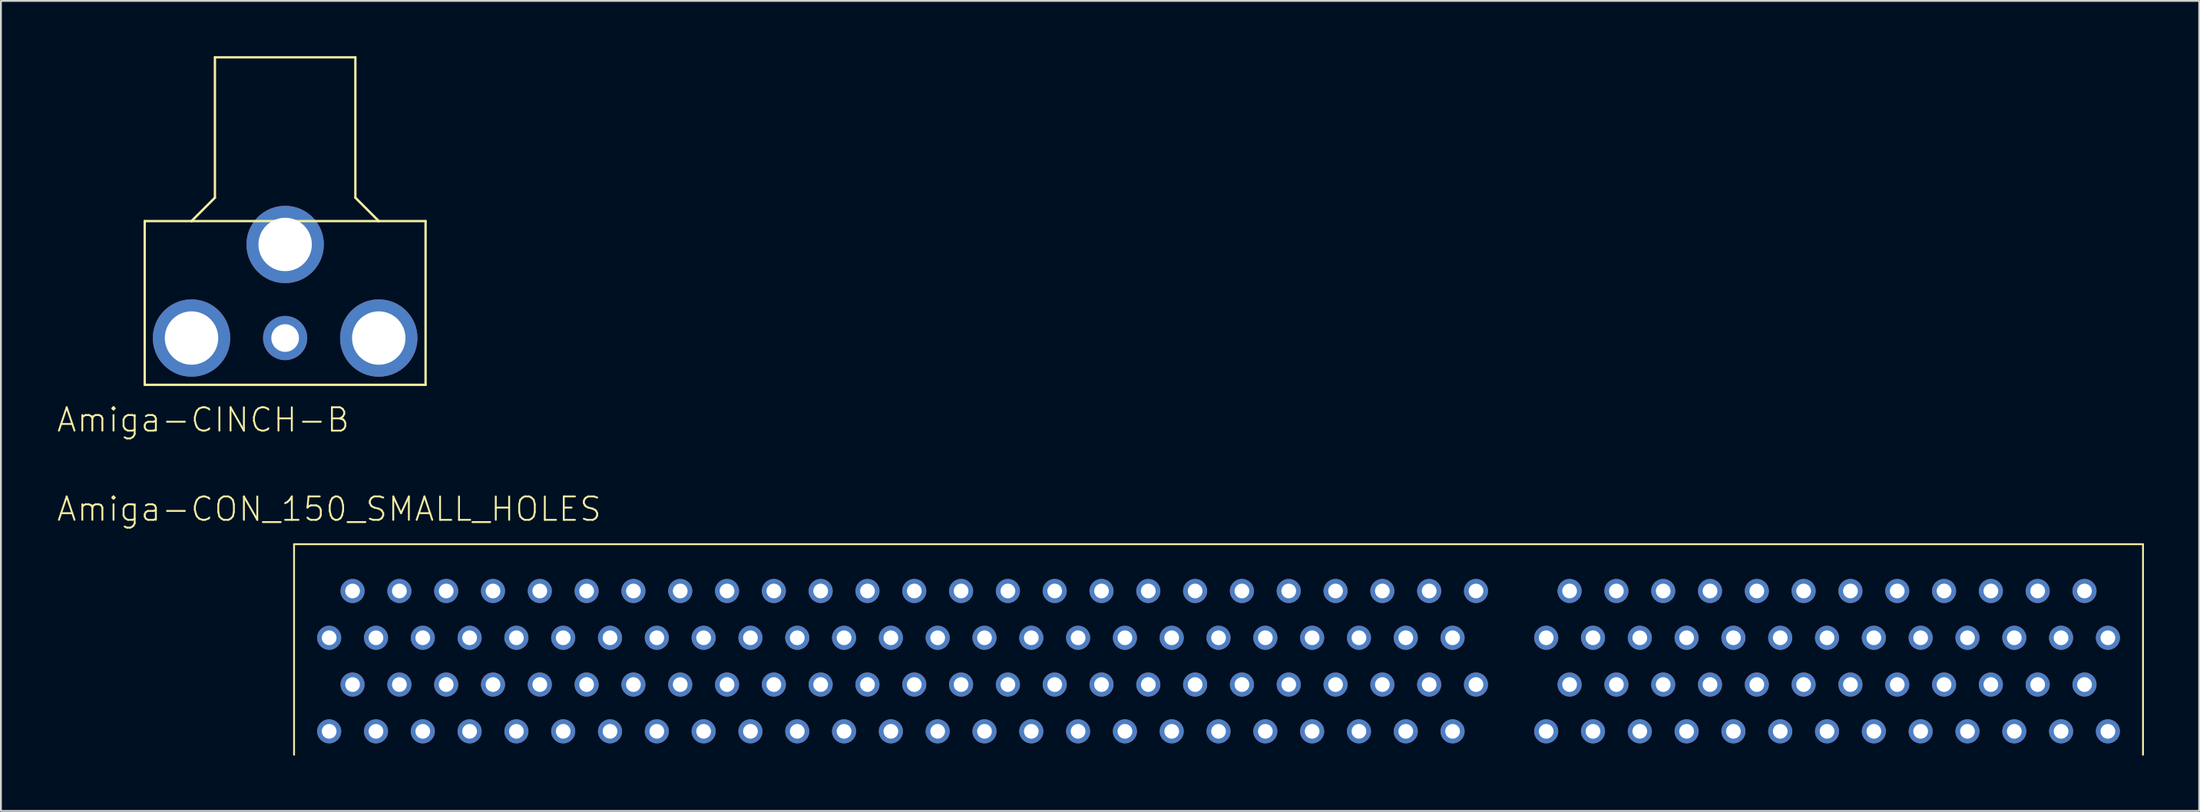
<source format=kicad_pcb>
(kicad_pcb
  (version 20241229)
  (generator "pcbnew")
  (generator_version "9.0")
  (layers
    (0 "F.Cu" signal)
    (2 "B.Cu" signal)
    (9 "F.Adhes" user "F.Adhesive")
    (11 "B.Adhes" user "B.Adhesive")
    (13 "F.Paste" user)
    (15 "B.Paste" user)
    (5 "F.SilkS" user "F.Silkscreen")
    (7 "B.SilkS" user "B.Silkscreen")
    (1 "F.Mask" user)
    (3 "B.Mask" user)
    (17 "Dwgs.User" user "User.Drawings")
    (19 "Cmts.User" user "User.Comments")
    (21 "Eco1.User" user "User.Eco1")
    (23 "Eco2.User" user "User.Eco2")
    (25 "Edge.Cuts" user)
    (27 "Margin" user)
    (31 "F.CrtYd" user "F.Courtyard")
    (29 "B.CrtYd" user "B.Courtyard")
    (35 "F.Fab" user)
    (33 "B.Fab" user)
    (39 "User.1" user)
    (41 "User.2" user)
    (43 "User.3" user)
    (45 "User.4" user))
  (footprint "Amiga-CON_150_SMALL_HOLES"
    (layer "F.Cu")
    (at 78.947 32.846)
    (property "Reference" "Amiga-CON_150_SMALL_HOLES" (at -64.135 -8.255 0) (layer "F.SilkS") (effects (font (size 1.27 1.27) (thickness 0.102))))
    (attr exclude_from_pos_files exclude_from_bom)
    (fp_line (start -66.04 -6.35) (end -66.04 5.08) (stroke (width 0.1) (type solid)) (layer "F.SilkS"))
    (fp_line (start -66.04 -6.35) (end 34.29 -6.35) (stroke (width 0.1) (type solid)) (layer "F.SilkS"))
    (fp_line (start 34.29 -6.35) (end 34.29 5.08) (stroke (width 0.1) (type solid)) (layer "F.SilkS"))
    (pad "P$1" thru_hole circle (at 32.385 3.81) (size 1.306 1.306) (drill 0.798) (layers "*.Cu" "*.Paste" "*.Mask"))
    (pad "P$2" thru_hole circle (at 32.385 -1.27) (size 1.306 1.306) (drill 0.798) (layers "*.Cu" "*.Paste" "*.Mask"))
    (pad "P$3" thru_hole circle (at 31.115 1.27) (size 1.306 1.306) (drill 0.798) (layers "*.Cu" "*.Paste" "*.Mask"))
    (pad "P$4" thru_hole circle (at 31.115 -3.81) (size 1.306 1.306) (drill 0.798) (layers "*.Cu" "*.Paste" "*.Mask"))
    (pad "P$5" thru_hole circle (at 29.845 3.81) (size 1.306 1.306) (drill 0.798) (layers "*.Cu" "*.Paste" "*.Mask"))
    (pad "P$6" thru_hole circle (at 29.845 -1.27) (size 1.306 1.306) (drill 0.798) (layers "*.Cu" "*.Paste" "*.Mask"))
    (pad "P$7" thru_hole circle (at 28.575 1.27) (size 1.306 1.306) (drill 0.798) (layers "*.Cu" "*.Paste" "*.Mask"))
    (pad "P$8" thru_hole circle (at 28.575 -3.81) (size 1.306 1.306) (drill 0.798) (layers "*.Cu" "*.Paste" "*.Mask"))
    (pad "P$9" thru_hole circle (at 27.305 3.81) (size 1.306 1.306) (drill 0.798) (layers "*.Cu" "*.Paste" "*.Mask"))
    (pad "P$10" thru_hole circle (at 27.305 -1.27) (size 1.306 1.306) (drill 0.798) (layers "*.Cu" "*.Paste" "*.Mask"))
    (pad "P$11" thru_hole circle (at 26.035 1.27) (size 1.306 1.306) (drill 0.798) (layers "*.Cu" "*.Paste" "*.Mask"))
    (pad "P$12" thru_hole circle (at 26.035 -3.81) (size 1.306 1.306) (drill 0.798) (layers "*.Cu" "*.Paste" "*.Mask"))
    (pad "P$13" thru_hole circle (at 24.765 3.81) (size 1.306 1.306) (drill 0.798) (layers "*.Cu" "*.Paste" "*.Mask"))
    (pad "P$14" thru_hole circle (at 24.765 -1.27) (size 1.306 1.306) (drill 0.798) (layers "*.Cu" "*.Paste" "*.Mask"))
    (pad "P$15" thru_hole circle (at 23.495 1.27) (size 1.306 1.306) (drill 0.798) (layers "*.Cu" "*.Paste" "*.Mask"))
    (pad "P$16" thru_hole circle (at 23.495 -3.81) (size 1.306 1.306) (drill 0.798) (layers "*.Cu" "*.Paste" "*.Mask"))
    (pad "P$17" thru_hole circle (at 22.225 3.81) (size 1.306 1.306) (drill 0.798) (layers "*.Cu" "*.Paste" "*.Mask"))
    (pad "P$18" thru_hole circle (at 22.225 -1.27) (size 1.306 1.306) (drill 0.798) (layers "*.Cu" "*.Paste" "*.Mask"))
    (pad "P$19" thru_hole circle (at 20.955 1.27) (size 1.306 1.306) (drill 0.798) (layers "*.Cu" "*.Paste" "*.Mask"))
    (pad "P$20" thru_hole circle (at 20.955 -3.81) (size 1.306 1.306) (drill 0.798) (layers "*.Cu" "*.Paste" "*.Mask"))
    (pad "P$21" thru_hole circle (at 19.685 3.81) (size 1.306 1.306) (drill 0.798) (layers "*.Cu" "*.Paste" "*.Mask"))
    (pad "P$22" thru_hole circle (at 19.685 -1.27) (size 1.306 1.306) (drill 0.798) (layers "*.Cu" "*.Paste" "*.Mask"))
    (pad "P$23" thru_hole circle (at 18.415 1.27) (size 1.306 1.306) (drill 0.798) (layers "*.Cu" "*.Paste" "*.Mask"))
    (pad "P$24" thru_hole circle (at 18.415 -3.81) (size 1.306 1.306) (drill 0.798) (layers "*.Cu" "*.Paste" "*.Mask"))
    (pad "P$25" thru_hole circle (at 17.145 3.81) (size 1.306 1.306) (drill 0.798) (layers "*.Cu" "*.Paste" "*.Mask"))
    (pad "P$26" thru_hole circle (at 17.145 -1.27) (size 1.306 1.306) (drill 0.798) (layers "*.Cu" "*.Paste" "*.Mask"))
    (pad "P$27" thru_hole circle (at 15.875 1.27) (size 1.306 1.306) (drill 0.798) (layers "*.Cu" "*.Paste" "*.Mask"))
    (pad "P$28" thru_hole circle (at 15.875 -3.81) (size 1.306 1.306) (drill 0.798) (layers "*.Cu" "*.Paste" "*.Mask"))
    (pad "P$29" thru_hole circle (at 14.605 3.81) (size 1.306 1.306) (drill 0.798) (layers "*.Cu" "*.Paste" "*.Mask"))
    (pad "P$30" thru_hole circle (at 14.605 -1.27) (size 1.306 1.306) (drill 0.798) (layers "*.Cu" "*.Paste" "*.Mask"))
    (pad "P$31" thru_hole circle (at 13.335 1.27) (size 1.306 1.306) (drill 0.798) (layers "*.Cu" "*.Paste" "*.Mask"))
    (pad "P$32" thru_hole circle (at 13.335 -3.81) (size 1.306 1.306) (drill 0.798) (layers "*.Cu" "*.Paste" "*.Mask"))
    (pad "P$33" thru_hole circle (at 12.065 3.81) (size 1.306 1.306) (drill 0.798) (layers "*.Cu" "*.Paste" "*.Mask"))
    (pad "P$34" thru_hole circle (at 12.065 -1.27) (size 1.306 1.306) (drill 0.798) (layers "*.Cu" "*.Paste" "*.Mask"))
    (pad "P$35" thru_hole circle (at 10.795 1.27) (size 1.306 1.306) (drill 0.798) (layers "*.Cu" "*.Paste" "*.Mask"))
    (pad "P$36" thru_hole circle (at 10.795 -3.81) (size 1.306 1.306) (drill 0.798) (layers "*.Cu" "*.Paste" "*.Mask"))
    (pad "P$37" thru_hole circle (at 9.525 3.81) (size 1.306 1.306) (drill 0.798) (layers "*.Cu" "*.Paste" "*.Mask"))
    (pad "P$38" thru_hole circle (at 9.525 -1.27) (size 1.306 1.306) (drill 0.798) (layers "*.Cu" "*.Paste" "*.Mask"))
    (pad "P$39" thru_hole circle (at 8.255 1.27) (size 1.306 1.306) (drill 0.798) (layers "*.Cu" "*.Paste" "*.Mask"))
    (pad "P$40" thru_hole circle (at 8.255 -3.81) (size 1.306 1.306) (drill 0.798) (layers "*.Cu" "*.Paste" "*.Mask"))
    (pad "P$41" thru_hole circle (at 6.985 3.81) (size 1.306 1.306) (drill 0.798) (layers "*.Cu" "*.Paste" "*.Mask"))
    (pad "P$42" thru_hole circle (at 6.985 -1.27) (size 1.306 1.306) (drill 0.798) (layers "*.Cu" "*.Paste" "*.Mask"))
    (pad "P$43" thru_hole circle (at 5.715 1.27) (size 1.306 1.306) (drill 0.798) (layers "*.Cu" "*.Paste" "*.Mask"))
    (pad "P$44" thru_hole circle (at 5.715 -3.81) (size 1.306 1.306) (drill 0.798) (layers "*.Cu" "*.Paste" "*.Mask"))
    (pad "P$45" thru_hole circle (at 4.445 3.81) (size 1.306 1.306) (drill 0.798) (layers "*.Cu" "*.Paste" "*.Mask"))
    (pad "P$46" thru_hole circle (at 4.445 -1.27) (size 1.306 1.306) (drill 0.798) (layers "*.Cu" "*.Paste" "*.Mask"))
    (pad "P$47" thru_hole circle (at 3.175 1.27) (size 1.306 1.306) (drill 0.798) (layers "*.Cu" "*.Paste" "*.Mask"))
    (pad "P$48" thru_hole circle (at 3.175 -3.81) (size 1.306 1.306) (drill 0.798) (layers "*.Cu" "*.Paste" "*.Mask"))
    (pad "P$49" thru_hole circle (at 1.905 3.81) (size 1.306 1.306) (drill 0.798) (layers "*.Cu" "*.Paste" "*.Mask"))
    (pad "P$50" thru_hole circle (at 1.905 -1.27) (size 1.306 1.306) (drill 0.798) (layers "*.Cu" "*.Paste" "*.Mask"))
    (pad "P$51" thru_hole circle (at -1.905 1.27) (size 1.306 1.306) (drill 0.798) (layers "*.Cu" "*.Paste" "*.Mask"))
    (pad "P$52" thru_hole circle (at -1.905 -3.81) (size 1.306 1.306) (drill 0.798) (layers "*.Cu" "*.Paste" "*.Mask"))
    (pad "P$53" thru_hole circle (at -3.175 3.81) (size 1.306 1.306) (drill 0.798) (layers "*.Cu" "*.Paste" "*.Mask"))
    (pad "P$54" thru_hole circle (at -3.175 -1.27) (size 1.306 1.306) (drill 0.798) (layers "*.Cu" "*.Paste" "*.Mask"))
    (pad "P$55" thru_hole circle (at -4.445 1.27) (size 1.306 1.306) (drill 0.798) (layers "*.Cu" "*.Paste" "*.Mask"))
    (pad "P$56" thru_hole circle (at -4.445 -3.81) (size 1.306 1.306) (drill 0.798) (layers "*.Cu" "*.Paste" "*.Mask"))
    (pad "P$57" thru_hole circle (at -5.715 3.81) (size 1.306 1.306) (drill 0.798) (layers "*.Cu" "*.Paste" "*.Mask"))
    (pad "P$58" thru_hole circle (at -5.715 -1.27) (size 1.306 1.306) (drill 0.798) (layers "*.Cu" "*.Paste" "*.Mask"))
    (pad "P$59" thru_hole circle (at -6.985 1.27) (size 1.306 1.306) (drill 0.798) (layers "*.Cu" "*.Paste" "*.Mask"))
    (pad "P$60" thru_hole circle (at -6.985 -3.81) (size 1.306 1.306) (drill 0.798) (layers "*.Cu" "*.Paste" "*.Mask"))
    (pad "P$61" thru_hole circle (at -8.255 3.81) (size 1.306 1.306) (drill 0.798) (layers "*.Cu" "*.Paste" "*.Mask"))
    (pad "P$62" thru_hole circle (at -8.255 -1.27) (size 1.306 1.306) (drill 0.798) (layers "*.Cu" "*.Paste" "*.Mask"))
    (pad "P$63" thru_hole circle (at -9.525 1.27) (size 1.306 1.306) (drill 0.798) (layers "*.Cu" "*.Paste" "*.Mask"))
    (pad "P$64" thru_hole circle (at -9.525 -3.81) (size 1.306 1.306) (drill 0.798) (layers "*.Cu" "*.Paste" "*.Mask"))
    (pad "P$65" thru_hole circle (at -10.795 3.81) (size 1.306 1.306) (drill 0.798) (layers "*.Cu" "*.Paste" "*.Mask"))
    (pad "P$66" thru_hole circle (at -10.795 -1.27) (size 1.306 1.306) (drill 0.798) (layers "*.Cu" "*.Paste" "*.Mask"))
    (pad "P$67" thru_hole circle (at -12.065 1.27) (size 1.306 1.306) (drill 0.798) (layers "*.Cu" "*.Paste" "*.Mask"))
    (pad "P$68" thru_hole circle (at -12.065 -3.81) (size 1.306 1.306) (drill 0.798) (layers "*.Cu" "*.Paste" "*.Mask"))
    (pad "P$69" thru_hole circle (at -13.335 3.81) (size 1.306 1.306) (drill 0.798) (layers "*.Cu" "*.Paste" "*.Mask"))
    (pad "P$70" thru_hole circle (at -13.335 -1.27) (size 1.306 1.306) (drill 0.798) (layers "*.Cu" "*.Paste" "*.Mask"))
    (pad "P$71" thru_hole circle (at -14.605 1.27) (size 1.306 1.306) (drill 0.798) (layers "*.Cu" "*.Paste" "*.Mask"))
    (pad "P$72" thru_hole circle (at -14.605 -3.81) (size 1.306 1.306) (drill 0.798) (layers "*.Cu" "*.Paste" "*.Mask"))
    (pad "P$73" thru_hole circle (at -15.875 3.81) (size 1.306 1.306) (drill 0.798) (layers "*.Cu" "*.Paste" "*.Mask"))
    (pad "P$74" thru_hole circle (at -15.875 -1.27) (size 1.306 1.306) (drill 0.798) (layers "*.Cu" "*.Paste" "*.Mask"))
    (pad "P$75" thru_hole circle (at -17.145 1.27) (size 1.306 1.306) (drill 0.798) (layers "*.Cu" "*.Paste" "*.Mask"))
    (pad "P$76" thru_hole circle (at -17.145 -3.81) (size 1.306 1.306) (drill 0.798) (layers "*.Cu" "*.Paste" "*.Mask"))
    (pad "P$77" thru_hole circle (at -18.415 3.81) (size 1.306 1.306) (drill 0.798) (layers "*.Cu" "*.Paste" "*.Mask"))
    (pad "P$78" thru_hole circle (at -18.415 -1.27) (size 1.306 1.306) (drill 0.798) (layers "*.Cu" "*.Paste" "*.Mask"))
    (pad "P$79" thru_hole circle (at -19.685 1.27) (size 1.306 1.306) (drill 0.798) (layers "*.Cu" "*.Paste" "*.Mask"))
    (pad "P$80" thru_hole circle (at -19.685 -3.81) (size 1.306 1.306) (drill 0.798) (layers "*.Cu" "*.Paste" "*.Mask"))
    (pad "P$81" thru_hole circle (at -20.955 3.81) (size 1.306 1.306) (drill 0.798) (layers "*.Cu" "*.Paste" "*.Mask"))
    (pad "P$82" thru_hole circle (at -20.955 -1.27) (size 1.306 1.306) (drill 0.798) (layers "*.Cu" "*.Paste" "*.Mask"))
    (pad "P$83" thru_hole circle (at -22.225 1.27) (size 1.306 1.306) (drill 0.798) (layers "*.Cu" "*.Paste" "*.Mask"))
    (pad "P$84" thru_hole circle (at -22.225 -3.81) (size 1.306 1.306) (drill 0.798) (layers "*.Cu" "*.Paste" "*.Mask"))
    (pad "P$85" thru_hole circle (at -23.495 3.81) (size 1.306 1.306) (drill 0.798) (layers "*.Cu" "*.Paste" "*.Mask"))
    (pad "P$86" thru_hole circle (at -23.495 -1.27) (size 1.306 1.306) (drill 0.798) (layers "*.Cu" "*.Paste" "*.Mask"))
    (pad "P$87" thru_hole circle (at -24.765 1.27) (size 1.306 1.306) (drill 0.798) (layers "*.Cu" "*.Paste" "*.Mask"))
    (pad "P$88" thru_hole circle (at -24.765 -3.81) (size 1.306 1.306) (drill 0.798) (layers "*.Cu" "*.Paste" "*.Mask"))
    (pad "P$89" thru_hole circle (at -26.035 3.81) (size 1.306 1.306) (drill 0.798) (layers "*.Cu" "*.Paste" "*.Mask"))
    (pad "P$90" thru_hole circle (at -26.035 -1.27) (size 1.306 1.306) (drill 0.798) (layers "*.Cu" "*.Paste" "*.Mask"))
    (pad "P$91" thru_hole circle (at -27.305 1.27) (size 1.306 1.306) (drill 0.798) (layers "*.Cu" "*.Paste" "*.Mask"))
    (pad "P$92" thru_hole circle (at -27.305 -3.81) (size 1.306 1.306) (drill 0.798) (layers "*.Cu" "*.Paste" "*.Mask"))
    (pad "P$93" thru_hole circle (at -28.575 3.81) (size 1.306 1.306) (drill 0.798) (layers "*.Cu" "*.Paste" "*.Mask"))
    (pad "P$94" thru_hole circle (at -28.575 -1.27) (size 1.306 1.306) (drill 0.798) (layers "*.Cu" "*.Paste" "*.Mask"))
    (pad "P$95" thru_hole circle (at -29.845 1.27) (size 1.306 1.306) (drill 0.798) (layers "*.Cu" "*.Paste" "*.Mask"))
    (pad "P$96" thru_hole circle (at -29.845 -3.81) (size 1.306 1.306) (drill 0.798) (layers "*.Cu" "*.Paste" "*.Mask"))
    (pad "P$97" thru_hole circle (at -31.115 3.81) (size 1.306 1.306) (drill 0.798) (layers "*.Cu" "*.Paste" "*.Mask"))
    (pad "P$98" thru_hole circle (at -31.115 -1.27) (size 1.306 1.306) (drill 0.798) (layers "*.Cu" "*.Paste" "*.Mask"))
    (pad "P$99" thru_hole circle (at -32.385 1.27) (size 1.306 1.306) (drill 0.798) (layers "*.Cu" "*.Paste" "*.Mask"))
    (pad "P$100" thru_hole circle (at -32.385 -3.81) (size 1.306 1.306) (drill 0.798) (layers "*.Cu" "*.Paste" "*.Mask"))
    (pad "P$101" thru_hole circle (at -33.655 3.81) (size 1.306 1.306) (drill 0.798) (layers "*.Cu" "*.Paste" "*.Mask"))
    (pad "P$102" thru_hole circle (at -33.655 -1.27) (size 1.306 1.306) (drill 0.798) (layers "*.Cu" "*.Paste" "*.Mask"))
    (pad "P$103" thru_hole circle (at -34.925 1.27) (size 1.306 1.306) (drill 0.798) (layers "*.Cu" "*.Paste" "*.Mask"))
    (pad "P$104" thru_hole circle (at -34.925 -3.81) (size 1.306 1.306) (drill 0.798) (layers "*.Cu" "*.Paste" "*.Mask"))
    (pad "P$105" thru_hole circle (at -36.195 3.81) (size 1.306 1.306) (drill 0.798) (layers "*.Cu" "*.Paste" "*.Mask"))
    (pad "P$106" thru_hole circle (at -36.195 -1.27) (size 1.306 1.306) (drill 0.798) (layers "*.Cu" "*.Paste" "*.Mask"))
    (pad "P$107" thru_hole circle (at -37.465 1.27) (size 1.306 1.306) (drill 0.798) (layers "*.Cu" "*.Paste" "*.Mask"))
    (pad "P$108" thru_hole circle (at -37.465 -3.81) (size 1.306 1.306) (drill 0.798) (layers "*.Cu" "*.Paste" "*.Mask"))
    (pad "P$109" thru_hole circle (at -38.735 3.81) (size 1.306 1.306) (drill 0.798) (layers "*.Cu" "*.Paste" "*.Mask"))
    (pad "P$110" thru_hole circle (at -38.735 -1.27) (size 1.306 1.306) (drill 0.798) (layers "*.Cu" "*.Paste" "*.Mask"))
    (pad "P$111" thru_hole circle (at -40.005 1.27) (size 1.306 1.306) (drill 0.798) (layers "*.Cu" "*.Paste" "*.Mask"))
    (pad "P$112" thru_hole circle (at -40.005 -3.81) (size 1.306 1.306) (drill 0.798) (layers "*.Cu" "*.Paste" "*.Mask"))
    (pad "P$113" thru_hole circle (at -41.275 3.81) (size 1.306 1.306) (drill 0.798) (layers "*.Cu" "*.Paste" "*.Mask"))
    (pad "P$114" thru_hole circle (at -41.275 -1.27) (size 1.306 1.306) (drill 0.798) (layers "*.Cu" "*.Paste" "*.Mask"))
    (pad "P$115" thru_hole circle (at -42.545 1.27) (size 1.306 1.306) (drill 0.798) (layers "*.Cu" "*.Paste" "*.Mask"))
    (pad "P$116" thru_hole circle (at -42.545 -3.81) (size 1.306 1.306) (drill 0.798) (layers "*.Cu" "*.Paste" "*.Mask"))
    (pad "P$117" thru_hole circle (at -43.815 3.81) (size 1.306 1.306) (drill 0.798) (layers "*.Cu" "*.Paste" "*.Mask"))
    (pad "P$118" thru_hole circle (at -43.815 -1.27) (size 1.306 1.306) (drill 0.798) (layers "*.Cu" "*.Paste" "*.Mask"))
    (pad "P$119" thru_hole circle (at -45.085 1.27) (size 1.306 1.306) (drill 0.798) (layers "*.Cu" "*.Paste" "*.Mask"))
    (pad "P$120" thru_hole circle (at -45.085 -3.81) (size 1.306 1.306) (drill 0.798) (layers "*.Cu" "*.Paste" "*.Mask"))
    (pad "P$121" thru_hole circle (at -46.355 3.81) (size 1.306 1.306) (drill 0.798) (layers "*.Cu" "*.Paste" "*.Mask"))
    (pad "P$122" thru_hole circle (at -46.355 -1.27) (size 1.306 1.306) (drill 0.798) (layers "*.Cu" "*.Paste" "*.Mask"))
    (pad "P$123" thru_hole circle (at -47.625 1.27) (size 1.306 1.306) (drill 0.798) (layers "*.Cu" "*.Paste" "*.Mask"))
    (pad "P$124" thru_hole circle (at -47.625 -3.81) (size 1.306 1.306) (drill 0.798) (layers "*.Cu" "*.Paste" "*.Mask"))
    (pad "P$125" thru_hole circle (at -48.895 3.81) (size 1.306 1.306) (drill 0.798) (layers "*.Cu" "*.Paste" "*.Mask"))
    (pad "P$126" thru_hole circle (at -48.895 -1.27) (size 1.306 1.306) (drill 0.798) (layers "*.Cu" "*.Paste" "*.Mask"))
    (pad "P$127" thru_hole circle (at -50.165 1.27) (size 1.306 1.306) (drill 0.798) (layers "*.Cu" "*.Paste" "*.Mask"))
    (pad "P$128" thru_hole circle (at -50.165 -3.81) (size 1.306 1.306) (drill 0.798) (layers "*.Cu" "*.Paste" "*.Mask"))
    (pad "P$129" thru_hole circle (at -51.435 3.81) (size 1.306 1.306) (drill 0.798) (layers "*.Cu" "*.Paste" "*.Mask"))
    (pad "P$130" thru_hole circle (at -51.435 -1.27) (size 1.306 1.306) (drill 0.798) (layers "*.Cu" "*.Paste" "*.Mask"))
    (pad "P$131" thru_hole circle (at -52.705 1.27) (size 1.306 1.306) (drill 0.798) (layers "*.Cu" "*.Paste" "*.Mask"))
    (pad "P$132" thru_hole circle (at -52.705 -3.81) (size 1.306 1.306) (drill 0.798) (layers "*.Cu" "*.Paste" "*.Mask"))
    (pad "P$133" thru_hole circle (at -53.975 3.81) (size 1.306 1.306) (drill 0.798) (layers "*.Cu" "*.Paste" "*.Mask"))
    (pad "P$134" thru_hole circle (at -53.975 -1.27) (size 1.306 1.306) (drill 0.798) (layers "*.Cu" "*.Paste" "*.Mask"))
    (pad "P$135" thru_hole circle (at -55.245 1.27) (size 1.306 1.306) (drill 0.798) (layers "*.Cu" "*.Paste" "*.Mask"))
    (pad "P$136" thru_hole circle (at -55.245 -3.81) (size 1.306 1.306) (drill 0.798) (layers "*.Cu" "*.Paste" "*.Mask"))
    (pad "P$137" thru_hole circle (at -56.515 3.81) (size 1.306 1.306) (drill 0.798) (layers "*.Cu" "*.Paste" "*.Mask"))
    (pad "P$138" thru_hole circle (at -56.515 -1.27) (size 1.306 1.306) (drill 0.798) (layers "*.Cu" "*.Paste" "*.Mask"))
    (pad "P$139" thru_hole circle (at -57.785 1.27) (size 1.306 1.306) (drill 0.798) (layers "*.Cu" "*.Paste" "*.Mask"))
    (pad "P$140" thru_hole circle (at -57.785 -3.81) (size 1.306 1.306) (drill 0.798) (layers "*.Cu" "*.Paste" "*.Mask"))
    (pad "P$141" thru_hole circle (at -59.055 3.81) (size 1.306 1.306) (drill 0.798) (layers "*.Cu" "*.Paste" "*.Mask"))
    (pad "P$142" thru_hole circle (at -59.055 -1.27) (size 1.306 1.306) (drill 0.798) (layers "*.Cu" "*.Paste" "*.Mask"))
    (pad "P$143" thru_hole circle (at -60.325 1.27) (size 1.306 1.306) (drill 0.798) (layers "*.Cu" "*.Paste" "*.Mask"))
    (pad "P$144" thru_hole circle (at -60.325 -3.81) (size 1.306 1.306) (drill 0.798) (layers "*.Cu" "*.Paste" "*.Mask"))
    (pad "P$145" thru_hole circle (at -61.595 3.81) (size 1.306 1.306) (drill 0.798) (layers "*.Cu" "*.Paste" "*.Mask"))
    (pad "P$146" thru_hole circle (at -61.595 -1.27) (size 1.306 1.306) (drill 0.798) (layers "*.Cu" "*.Paste" "*.Mask"))
    (pad "P$147" thru_hole circle (at -62.865 1.27) (size 1.306 1.306) (drill 0.798) (layers "*.Cu" "*.Paste" "*.Mask"))
    (pad "P$148" thru_hole circle (at -62.865 -3.81) (size 1.306 1.306) (drill 0.798) (layers "*.Cu" "*.Paste" "*.Mask"))
    (pad "P$149" thru_hole circle (at -64.135 3.81) (size 1.306 1.306) (drill 0.798) (layers "*.Cu" "*.Paste" "*.Mask"))
    (pad "P$150" thru_hole circle (at -64.135 -1.27) (size 1.306 1.306) (drill 0.798) (layers "*.Cu" "*.Paste" "*.Mask")))
  (footprint "Amiga-CINCH-B"
    (layer "F.Cu")
    (at 12.423 15.303)
    (property "Reference" "Amiga-CINCH-B" (at -4.445 4.445 0) (layer "F.SilkS") (effects (font (size 1.27 1.27) (thickness 0.102))))
    (attr exclude_from_pos_files exclude_from_bom)
    (fp_line (start -7.62 -6.35) (end -7.62 2.54) (stroke (width 0.127) (type solid)) (layer "F.SilkS"))
    (fp_line (start -7.62 2.54) (end 7.62 2.54) (stroke (width 0.127) (type solid)) (layer "F.SilkS"))
    (fp_line (start -5.08 -6.35) (end -7.62 -6.35) (stroke (width 0.127) (type solid)) (layer "F.SilkS"))
    (fp_line (start -3.81 -15.24) (end -3.81 -7.62) (stroke (width 0.127) (type solid)) (layer "F.SilkS"))
    (fp_line (start -3.81 -7.62) (end -5.08 -6.35) (stroke (width 0.127) (type solid)) (layer "F.SilkS"))
    (fp_line (start 3.81 -15.24) (end -3.81 -15.24) (stroke (width 0.127) (type solid)) (layer "F.SilkS"))
    (fp_line (start 3.81 -7.62) (end 3.81 -15.24) (stroke (width 0.127) (type solid)) (layer "F.SilkS"))
    (fp_line (start 5.08 -6.35) (end -5.08 -6.35) (stroke (width 0.127) (type solid)) (layer "F.SilkS"))
    (fp_line (start 5.08 -6.35) (end 3.81 -7.62) (stroke (width 0.127) (type solid)) (layer "F.SilkS"))
    (fp_line (start 7.62 -6.35) (end 5.08 -6.35) (stroke (width 0.127) (type solid)) (layer "F.SilkS"))
    (fp_line (start 7.62 2.54) (end 7.62 -6.35) (stroke (width 0.127) (type solid)) (layer "F.SilkS"))
    (pad "P$2" thru_hole circle (at -5.08 0) (size 4.199 4.199) (drill 2.898) (layers "*.Cu" "*.Paste" "*.Mask"))
    (pad "P$3" thru_hole circle (at 5.08 0) (size 4.199 4.199) (drill 2.898) (layers "*.Cu" "*.Paste" "*.Mask"))
    (pad "P$4" thru_hole circle (at 0 -5.08) (size 4.199 4.199) (drill 2.898) (layers "*.Cu" "*.Paste" "*.Mask"))
    (pad "S" thru_hole circle (at 0 0) (size 2.398 2.398) (drill 1.499) (layers "*.Cu" "*.Paste" "*.Mask")))
  (gr_rect
    (start -3 -3)
    (end 116.287 40.976)
    (stroke (width 0.1) (type default))
    (fill no)
    (layer "Edge.Cuts")))
</source>
